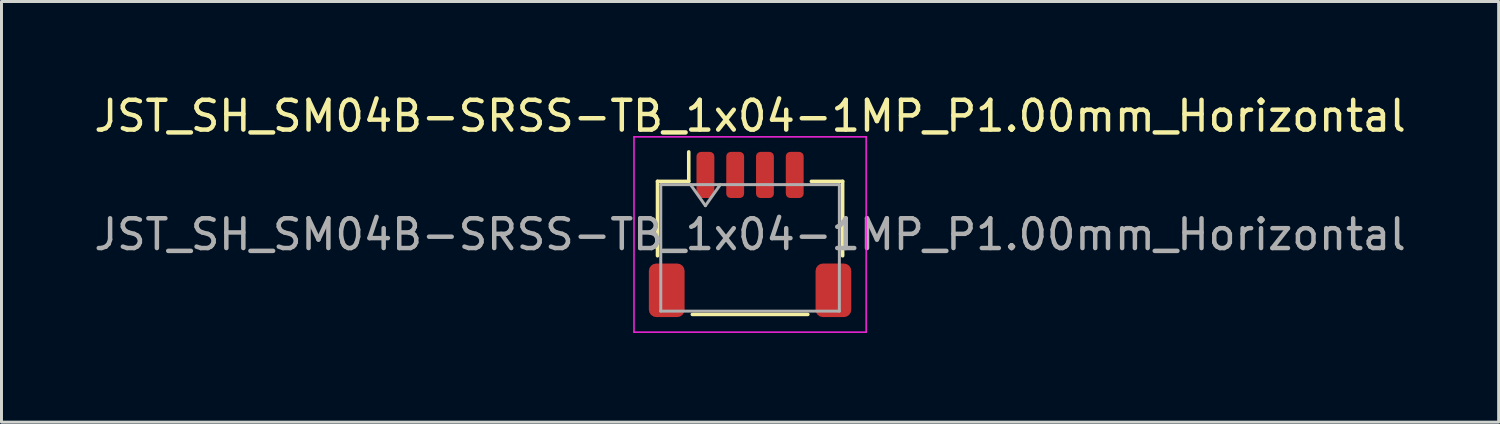
<source format=kicad_pcb>
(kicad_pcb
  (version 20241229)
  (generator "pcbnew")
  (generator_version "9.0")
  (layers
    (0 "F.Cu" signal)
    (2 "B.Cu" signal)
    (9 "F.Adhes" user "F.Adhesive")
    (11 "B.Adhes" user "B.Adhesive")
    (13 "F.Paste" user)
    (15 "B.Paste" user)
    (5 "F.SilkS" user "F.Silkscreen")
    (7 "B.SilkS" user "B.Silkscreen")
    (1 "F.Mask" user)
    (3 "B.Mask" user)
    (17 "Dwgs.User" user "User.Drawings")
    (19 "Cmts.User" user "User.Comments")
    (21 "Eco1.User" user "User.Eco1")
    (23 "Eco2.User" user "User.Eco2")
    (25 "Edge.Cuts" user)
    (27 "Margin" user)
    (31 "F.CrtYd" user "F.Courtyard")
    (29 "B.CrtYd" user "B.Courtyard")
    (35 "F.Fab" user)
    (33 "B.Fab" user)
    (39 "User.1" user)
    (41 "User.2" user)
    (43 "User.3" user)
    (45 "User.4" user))
  (footprint "JST_SH_SM04B-SRSS-TB_1x04-1MP_P1.00mm_Horizontal"
    (layer "F.Cu")
    (at 22.149 4.828)
    (property "Reference" "JST_SH_SM04B-SRSS-TB_1x04-1MP_P1.00mm_Horizontal" (at 0 -3.98 0) (layer "F.SilkS") (effects (font (size 1 1) (thickness 0.15))))
    (attr smd)
    (fp_line (start -3.11 -1.785) (end -2.06 -1.785) (stroke (width 0.12) (type solid)) (layer "F.SilkS"))
    (fp_line (start -3.11 0.715) (end -3.11 -1.785) (stroke (width 0.12) (type solid)) (layer "F.SilkS"))
    (fp_line (start -2.06 -1.785) (end -2.06 -2.775) (stroke (width 0.12) (type solid)) (layer "F.SilkS"))
    (fp_line (start -1.94 2.685) (end 1.94 2.685) (stroke (width 0.12) (type solid)) (layer "F.SilkS"))
    (fp_line (start 3.11 -1.785) (end 2.06 -1.785) (stroke (width 0.12) (type solid)) (layer "F.SilkS"))
    (fp_line (start 3.11 0.715) (end 3.11 -1.785) (stroke (width 0.12) (type solid)) (layer "F.SilkS"))
    (fp_line (start -3.9 -3.28) (end -3.9 3.28) (stroke (width 0.05) (type solid)) (layer "F.CrtYd"))
    (fp_line (start -3.9 3.28) (end 3.9 3.28) (stroke (width 0.05) (type solid)) (layer "F.CrtYd"))
    (fp_line (start 3.9 -3.28) (end -3.9 -3.28) (stroke (width 0.05) (type solid)) (layer "F.CrtYd"))
    (fp_line (start 3.9 3.28) (end 3.9 -3.28) (stroke (width 0.05) (type solid)) (layer "F.CrtYd"))
    (fp_line (start -3 -1.675) (end -3 2.575) (stroke (width 0.1) (type solid)) (layer "F.Fab"))
    (fp_line (start -3 -1.675) (end 3 -1.675) (stroke (width 0.1) (type solid)) (layer "F.Fab"))
    (fp_line (start -3 2.575) (end 3 2.575) (stroke (width 0.1) (type solid)) (layer "F.Fab"))
    (fp_line (start -2 -1.675) (end -1.5 -0.968) (stroke (width 0.1) (type solid)) (layer "F.Fab"))
    (fp_line (start -1.5 -0.968) (end -1 -1.675) (stroke (width 0.1) (type solid)) (layer "F.Fab"))
    (fp_line (start 3 -1.675) (end 3 2.575) (stroke (width 0.1) (type solid)) (layer "F.Fab"))
    (fp_text user "${REFERENCE}" (at 0 0 0) (layer "F.Fab") (effects (font (size 1 1) (thickness 0.15))))
    (pad "1" smd roundrect (at -1.5 -2) (size 0.6 1.55) (layers "F.Cu" "F.Mask" "F.Paste") (roundrect_rratio 0.25))
    (pad "2" smd roundrect (at -0.5 -2) (size 0.6 1.55) (layers "F.Cu" "F.Mask" "F.Paste") (roundrect_rratio 0.25))
    (pad "3" smd roundrect (at 0.5 -2) (size 0.6 1.55) (layers "F.Cu" "F.Mask" "F.Paste") (roundrect_rratio 0.25))
    (pad "4" smd roundrect (at 1.5 -2) (size 0.6 1.55) (layers "F.Cu" "F.Mask" "F.Paste") (roundrect_rratio 0.25))
    (pad "MP" smd roundrect (at -2.8 1.875) (size 1.2 1.8) (layers "F.Cu" "F.Mask" "F.Paste") (roundrect_rratio 0.208))
    (pad "MP" smd roundrect (at 2.8 1.875) (size 1.2 1.8) (layers "F.Cu" "F.Mask" "F.Paste") (roundrect_rratio 0.208)))
  (gr_rect
    (start -3 -3)
    (end 47.298 11.133)
    (stroke (width 0.1) (type default))
    (fill no)
    (layer "Edge.Cuts")))
</source>
